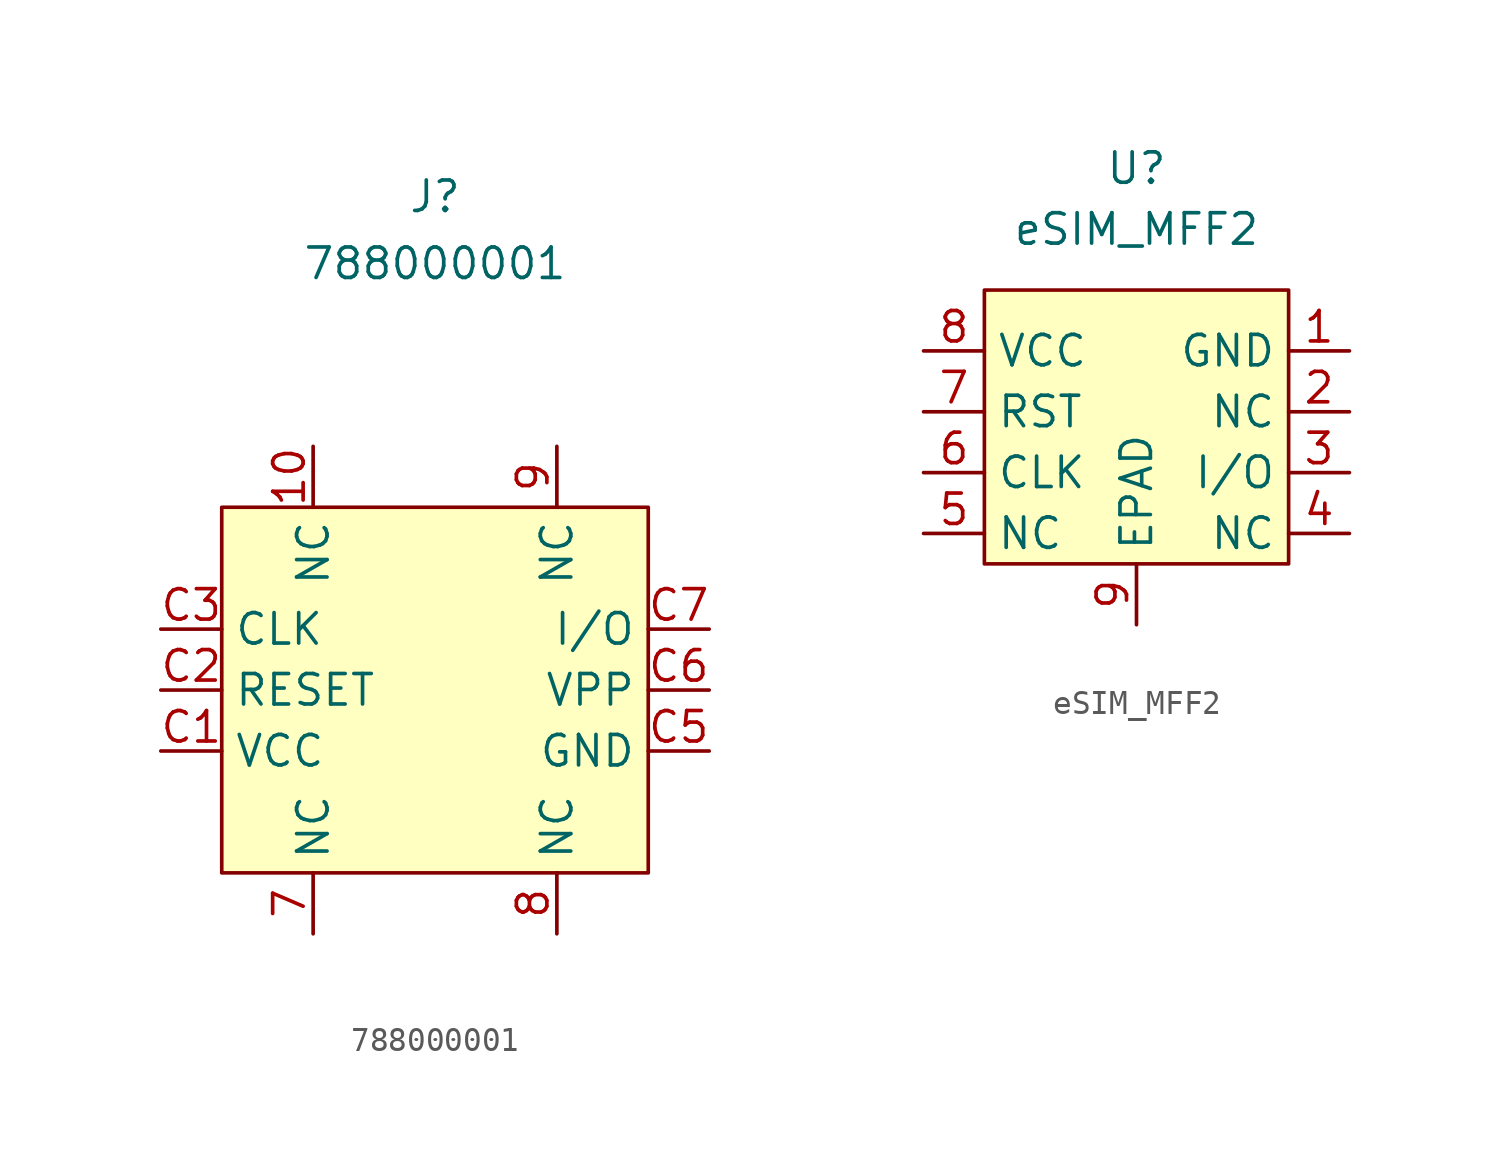
<source format=kicad_sym>
(kicad_symbol_lib
  (version 20211014)
  (generator kicad_symbol_editor)
  (symbol "788000001"
    (property "Reference" "J"
      (at 0 20.574 0)
      (effects (font (size 1.27 1.27))))
    (property "Value" "788000001"
      (at 0 17.78 0)
      (effects (font (size 1.27 1.27))))
    (symbol "788000001_0_1"
      (rectangle (start -8.89 -7.62) (end 8.89 7.62) (stroke (width 0) (type default) (color 0 0 0 0)) (fill (type background))))
    (symbol "788000001_1_1"
      (pin passive line (at -5.08 10.16 270) (length 2.54) (name "NC" (effects (font (size 1.27 1.27)))) (number "10" (effects (font (size 1.27 1.27)))))
      (pin passive line (at -5.08 -10.16 90) (length 2.54) (name "NC" (effects (font (size 1.27 1.27)))) (number "7" (effects (font (size 1.27 1.27)))))
      (pin passive line (at 5.08 -10.16 90) (length 2.54) (name "NC" (effects (font (size 1.27 1.27)))) (number "8" (effects (font (size 1.27 1.27)))))
      (pin passive line (at 5.08 10.16 270) (length 2.54) (name "NC" (effects (font (size 1.27 1.27)))) (number "9" (effects (font (size 1.27 1.27)))))
      (pin passive line (at -11.43 -2.54 0) (length 2.54) (name "VCC" (effects (font (size 1.27 1.27)))) (number "C1" (effects (font (size 1.27 1.27)))))
      (pin passive line (at -11.43 0 0) (length 2.54) (name "RESET" (effects (font (size 1.27 1.27)))) (number "C2" (effects (font (size 1.27 1.27)))))
      (pin passive line (at -11.43 2.54 0) (length 2.54) (name "CLK" (effects (font (size 1.27 1.27)))) (number "C3" (effects (font (size 1.27 1.27)))))
      (pin passive line (at 11.43 -2.54 180) (length 2.54) (name "GND" (effects (font (size 1.27 1.27)))) (number "C5" (effects (font (size 1.27 1.27)))))
      (pin passive line (at 11.43 0 180) (length 2.54) (name "VPP" (effects (font (size 1.27 1.27)))) (number "C6" (effects (font (size 1.27 1.27)))))
      (pin passive line (at 11.43 2.54 180) (length 2.54) (name "I/O" (effects (font (size 1.27 1.27)))) (number "C7" (effects (font (size 1.27 1.27)))))))
  (symbol "eSIM_MFF2"
    (property "Reference" "U"
      (at 0 16.51 0)
      (effects (font (size 1.27 1.27))))
    (property "Value" "eSIM_MFF2"
      (at 0 13.97 0)
      (effects (font (size 1.27 1.27))))
    (symbol "eSIM_MFF2_0_1"
      (rectangle (start -6.35 11.43) (end 6.35 0) (stroke (width 0) (type default) (color 0 0 0 0)) (fill (type background))))
    (symbol "eSIM_MFF2_1_1"
      (pin passive line (at 8.89 8.89 180) (length 2.54) (name "GND" (effects (font (size 1.27 1.27)))) (number "1" (effects (font (size 1.27 1.27)))))
      (pin passive line (at 8.89 6.35 180) (length 2.54) (name "NC" (effects (font (size 1.27 1.27)))) (number "2" (effects (font (size 1.27 1.27)))))
      (pin passive line (at 8.89 3.81 180) (length 2.54) (name "I/O" (effects (font (size 1.27 1.27)))) (number "3" (effects (font (size 1.27 1.27)))))
      (pin passive line (at 8.89 1.27 180) (length 2.54) (name "NC" (effects (font (size 1.27 1.27)))) (number "4" (effects (font (size 1.27 1.27)))))
      (pin passive line (at -8.89 1.27 0) (length 2.54) (name "NC" (effects (font (size 1.27 1.27)))) (number "5" (effects (font (size 1.27 1.27)))))
      (pin input line (at -8.89 3.81 0) (length 2.54) (name "CLK" (effects (font (size 1.27 1.27)))) (number "6" (effects (font (size 1.27 1.27)))))
      (pin input line (at -8.89 6.35 0) (length 2.54) (name "RST" (effects (font (size 1.27 1.27)))) (number "7" (effects (font (size 1.27 1.27)))))
      (pin power_in line (at -8.89 8.89 0) (length 2.54) (name "VCC" (effects (font (size 1.27 1.27)))) (number "8" (effects (font (size 1.27 1.27)))))
      (pin passive line (at 0 -2.54 90) (length 2.54) (name "EPAD" (effects (font (size 1.27 1.27)))) (number "9" (effects (font (size 1.27 1.27))))))))
</source>
